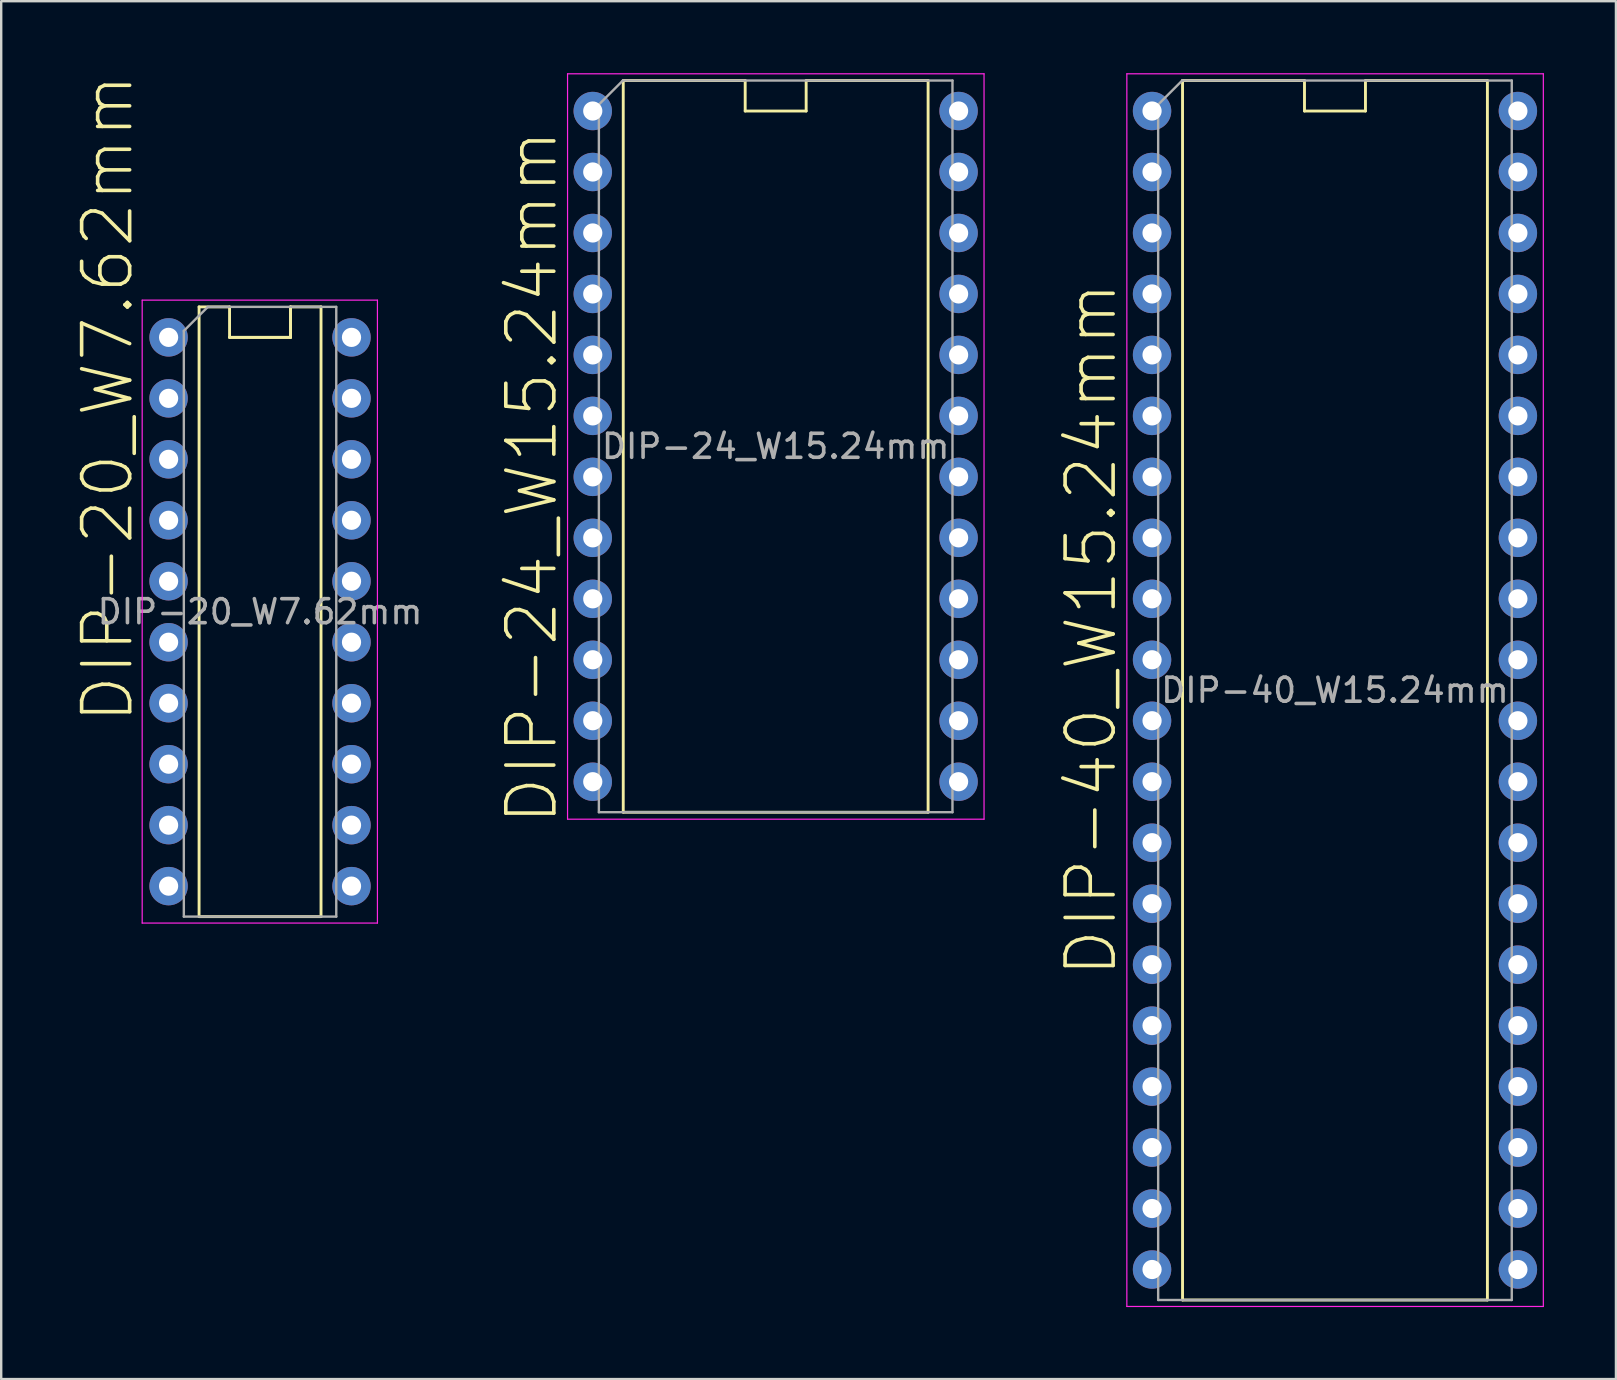
<source format=kicad_pcb>
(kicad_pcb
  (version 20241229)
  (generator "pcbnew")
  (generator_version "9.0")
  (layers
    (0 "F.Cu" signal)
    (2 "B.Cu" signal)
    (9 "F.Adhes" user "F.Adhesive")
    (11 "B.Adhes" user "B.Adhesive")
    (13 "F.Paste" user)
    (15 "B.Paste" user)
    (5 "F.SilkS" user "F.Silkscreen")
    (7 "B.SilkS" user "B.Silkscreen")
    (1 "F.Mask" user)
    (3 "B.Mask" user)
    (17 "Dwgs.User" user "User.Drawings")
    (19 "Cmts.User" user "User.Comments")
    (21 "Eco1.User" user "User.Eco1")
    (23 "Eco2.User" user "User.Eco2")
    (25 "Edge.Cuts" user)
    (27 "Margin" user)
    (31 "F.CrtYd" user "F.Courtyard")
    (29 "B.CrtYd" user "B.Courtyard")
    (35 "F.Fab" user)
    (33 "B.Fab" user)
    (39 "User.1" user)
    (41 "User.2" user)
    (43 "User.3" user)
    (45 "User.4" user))
  (footprint "DIP-24_W15.24mm"
    (layer "F.Cu")
    (at 21.643 1.575)
    (property "Reference" "DIP-24_W15.24mm" (at -2.54 15.245 90) (layer "F.SilkS") (effects (font (size 2 2) (thickness 0.15))))
    (attr through_hole)
    (fp_line (start 1.27 -1.27) (end 1.27 29.21) (stroke (width 0.12) (type solid)) (layer "F.SilkS"))
    (fp_line (start 1.27 29.21) (end 13.97 29.21) (stroke (width 0.12) (type solid)) (layer "F.SilkS"))
    (fp_line (start 6.35 -1.27) (end 1.27 -1.27) (stroke (width 0.12) (type solid)) (layer "F.SilkS"))
    (fp_line (start 6.35 0) (end 6.35 -1.27) (stroke (width 0.12) (type solid)) (layer "F.SilkS"))
    (fp_line (start 8.89 -1.27) (end 8.89 0) (stroke (width 0.12) (type solid)) (layer "F.SilkS"))
    (fp_line (start 8.89 -1.27) (end 13.97 -1.27) (stroke (width 0.12) (type solid)) (layer "F.SilkS"))
    (fp_line (start 8.89 0) (end 6.35 0) (stroke (width 0.12) (type solid)) (layer "F.SilkS"))
    (fp_line (start 13.97 29.21) (end 13.97 -1.27) (stroke (width 0.12) (type solid)) (layer "F.SilkS"))
    (fp_line (start -1.05 -1.55) (end -1.05 29.5) (stroke (width 0.05) (type solid)) (layer "F.CrtYd"))
    (fp_line (start -1.05 29.5) (end 16.3 29.5) (stroke (width 0.05) (type solid)) (layer "F.CrtYd"))
    (fp_line (start 16.3 -1.55) (end -1.05 -1.55) (stroke (width 0.05) (type solid)) (layer "F.CrtYd"))
    (fp_line (start 16.3 29.5) (end 16.3 -1.55) (stroke (width 0.05) (type solid)) (layer "F.CrtYd"))
    (fp_line (start 0.255 -0.27) (end 1.255 -1.27) (stroke (width 0.1) (type solid)) (layer "F.Fab"))
    (fp_line (start 0.255 29.21) (end 0.255 -0.27) (stroke (width 0.1) (type solid)) (layer "F.Fab"))
    (fp_line (start 1.255 -1.27) (end 14.985 -1.27) (stroke (width 0.1) (type solid)) (layer "F.Fab"))
    (fp_line (start 14.985 -1.27) (end 14.985 29.21) (stroke (width 0.1) (type solid)) (layer "F.Fab"))
    (fp_line (start 14.985 29.21) (end 0.255 29.21) (stroke (width 0.1) (type solid)) (layer "F.Fab"))
    (fp_text user "${REFERENCE}" (at 7.62 13.97 0) (layer "F.Fab") (effects (font (size 1 1) (thickness 0.15))))
    (pad "1" thru_hole circle (at 0 0) (size 1.6 1.6) (drill 0.8) (layers "*.Cu" "*.Mask"))
    (pad "2" thru_hole oval (at 0 2.54) (size 1.6 1.6) (drill 0.8) (layers "*.Cu" "*.Mask"))
    (pad "3" thru_hole oval (at 0 5.08) (size 1.6 1.6) (drill 0.8) (layers "*.Cu" "*.Mask"))
    (pad "4" thru_hole oval (at 0 7.62) (size 1.6 1.6) (drill 0.8) (layers "*.Cu" "*.Mask"))
    (pad "5" thru_hole oval (at 0 10.16) (size 1.6 1.6) (drill 0.8) (layers "*.Cu" "*.Mask"))
    (pad "6" thru_hole oval (at 0 12.7) (size 1.6 1.6) (drill 0.8) (layers "*.Cu" "*.Mask"))
    (pad "7" thru_hole oval (at 0 15.24) (size 1.6 1.6) (drill 0.8) (layers "*.Cu" "*.Mask"))
    (pad "8" thru_hole oval (at 0 17.78) (size 1.6 1.6) (drill 0.8) (layers "*.Cu" "*.Mask"))
    (pad "9" thru_hole oval (at 0 20.32) (size 1.6 1.6) (drill 0.8) (layers "*.Cu" "*.Mask"))
    (pad "10" thru_hole oval (at 0 22.86) (size 1.6 1.6) (drill 0.8) (layers "*.Cu" "*.Mask"))
    (pad "11" thru_hole oval (at 0 25.4) (size 1.6 1.6) (drill 0.8) (layers "*.Cu" "*.Mask"))
    (pad "12" thru_hole oval (at 0 27.94) (size 1.6 1.6) (drill 0.8) (layers "*.Cu" "*.Mask"))
    (pad "13" thru_hole oval (at 15.24 27.94) (size 1.6 1.6) (drill 0.8) (layers "*.Cu" "*.Mask"))
    (pad "14" thru_hole oval (at 15.24 25.4) (size 1.6 1.6) (drill 0.8) (layers "*.Cu" "*.Mask"))
    (pad "15" thru_hole oval (at 15.24 22.86) (size 1.6 1.6) (drill 0.8) (layers "*.Cu" "*.Mask"))
    (pad "16" thru_hole oval (at 15.24 20.32) (size 1.6 1.6) (drill 0.8) (layers "*.Cu" "*.Mask"))
    (pad "17" thru_hole oval (at 15.24 17.78) (size 1.6 1.6) (drill 0.8) (layers "*.Cu" "*.Mask"))
    (pad "18" thru_hole oval (at 15.24 15.24) (size 1.6 1.6) (drill 0.8) (layers "*.Cu" "*.Mask"))
    (pad "19" thru_hole oval (at 15.24 12.7) (size 1.6 1.6) (drill 0.8) (layers "*.Cu" "*.Mask"))
    (pad "20" thru_hole oval (at 15.24 10.16) (size 1.6 1.6) (drill 0.8) (layers "*.Cu" "*.Mask"))
    (pad "21" thru_hole oval (at 15.24 7.62) (size 1.6 1.6) (drill 0.8) (layers "*.Cu" "*.Mask"))
    (pad "22" thru_hole oval (at 15.24 5.08) (size 1.6 1.6) (drill 0.8) (layers "*.Cu" "*.Mask"))
    (pad "23" thru_hole oval (at 15.24 2.54) (size 1.6 1.6) (drill 0.8) (layers "*.Cu" "*.Mask"))
    (pad "24" thru_hole oval (at 15.24 0) (size 1.6 1.6) (drill 0.8) (layers "*.Cu" "*.Mask")))
  (footprint "DIP-40_W15.24mm"
    (layer "F.Cu")
    (at 44.942 1.575)
    (property "Reference" "DIP-40_W15.24mm" (at -2.54 21.595 90) (unlocked yes) (layer "F.SilkS") (effects (font (size 2 2) (thickness 0.15))))
    (attr through_hole)
    (fp_line (start 1.27 -1.27) (end 1.27 49.53) (stroke (width 0.12) (type solid)) (layer "F.SilkS"))
    (fp_line (start 1.27 49.53) (end 13.97 49.53) (stroke (width 0.12) (type solid)) (layer "F.SilkS"))
    (fp_line (start 6.35 -1.27) (end 1.27 -1.27) (stroke (width 0.12) (type solid)) (layer "F.SilkS"))
    (fp_line (start 6.35 0) (end 6.35 -1.27) (stroke (width 0.12) (type solid)) (layer "F.SilkS"))
    (fp_line (start 8.89 -1.27) (end 8.89 0) (stroke (width 0.12) (type solid)) (layer "F.SilkS"))
    (fp_line (start 8.89 0) (end 6.35 0) (stroke (width 0.12) (type solid)) (layer "F.SilkS"))
    (fp_line (start 13.97 -1.27) (end 8.89 -1.27) (stroke (width 0.12) (type solid)) (layer "F.SilkS"))
    (fp_line (start 13.97 49.53) (end 13.97 -1.27) (stroke (width 0.12) (type solid)) (layer "F.SilkS"))
    (fp_line (start -1.05 -1.55) (end -1.05 49.8) (stroke (width 0.05) (type solid)) (layer "F.CrtYd"))
    (fp_line (start -1.05 49.8) (end 16.3 49.8) (stroke (width 0.05) (type solid)) (layer "F.CrtYd"))
    (fp_line (start 16.3 -1.55) (end -1.05 -1.55) (stroke (width 0.05) (type solid)) (layer "F.CrtYd"))
    (fp_line (start 16.3 49.8) (end 16.3 -1.55) (stroke (width 0.05) (type solid)) (layer "F.CrtYd"))
    (fp_line (start 0.255 -0.27) (end 1.255 -1.27) (stroke (width 0.1) (type solid)) (layer "F.Fab"))
    (fp_line (start 0.255 49.53) (end 0.255 -0.27) (stroke (width 0.1) (type solid)) (layer "F.Fab"))
    (fp_line (start 1.255 -1.27) (end 14.985 -1.27) (stroke (width 0.1) (type solid)) (layer "F.Fab"))
    (fp_line (start 14.985 -1.27) (end 14.985 49.53) (stroke (width 0.1) (type solid)) (layer "F.Fab"))
    (fp_line (start 14.985 49.53) (end 0.255 49.53) (stroke (width 0.1) (type solid)) (layer "F.Fab"))
    (fp_text user "${REFERENCE}" (at 7.62 24.13 0) (layer "F.Fab") (effects (font (size 1 1) (thickness 0.15))))
    (pad "1" thru_hole circle (at 0 0) (size 1.6 1.6) (drill 0.8) (layers "*.Cu" "*.Mask"))
    (pad "2" thru_hole oval (at 0 2.54) (size 1.6 1.6) (drill 0.8) (layers "*.Cu" "*.Mask"))
    (pad "3" thru_hole oval (at 0 5.08) (size 1.6 1.6) (drill 0.8) (layers "*.Cu" "*.Mask"))
    (pad "4" thru_hole oval (at 0 7.62) (size 1.6 1.6) (drill 0.8) (layers "*.Cu" "*.Mask"))
    (pad "5" thru_hole oval (at 0 10.16) (size 1.6 1.6) (drill 0.8) (layers "*.Cu" "*.Mask"))
    (pad "6" thru_hole oval (at 0 12.7) (size 1.6 1.6) (drill 0.8) (layers "*.Cu" "*.Mask"))
    (pad "7" thru_hole oval (at 0 15.24) (size 1.6 1.6) (drill 0.8) (layers "*.Cu" "*.Mask"))
    (pad "8" thru_hole oval (at 0 17.78) (size 1.6 1.6) (drill 0.8) (layers "*.Cu" "*.Mask"))
    (pad "9" thru_hole oval (at 0 20.32) (size 1.6 1.6) (drill 0.8) (layers "*.Cu" "*.Mask"))
    (pad "10" thru_hole oval (at 0 22.86) (size 1.6 1.6) (drill 0.8) (layers "*.Cu" "*.Mask"))
    (pad "11" thru_hole oval (at 0 25.4) (size 1.6 1.6) (drill 0.8) (layers "*.Cu" "*.Mask"))
    (pad "12" thru_hole oval (at 0 27.94) (size 1.6 1.6) (drill 0.8) (layers "*.Cu" "*.Mask"))
    (pad "13" thru_hole oval (at 0 30.48) (size 1.6 1.6) (drill 0.8) (layers "*.Cu" "*.Mask"))
    (pad "14" thru_hole oval (at 0 33.02) (size 1.6 1.6) (drill 0.8) (layers "*.Cu" "*.Mask"))
    (pad "15" thru_hole oval (at 0 35.56) (size 1.6 1.6) (drill 0.8) (layers "*.Cu" "*.Mask"))
    (pad "16" thru_hole oval (at 0 38.1) (size 1.6 1.6) (drill 0.8) (layers "*.Cu" "*.Mask"))
    (pad "17" thru_hole oval (at 0 40.64) (size 1.6 1.6) (drill 0.8) (layers "*.Cu" "*.Mask"))
    (pad "18" thru_hole oval (at 0 43.18) (size 1.6 1.6) (drill 0.8) (layers "*.Cu" "*.Mask"))
    (pad "19" thru_hole oval (at 0 45.72) (size 1.6 1.6) (drill 0.8) (layers "*.Cu" "*.Mask"))
    (pad "20" thru_hole oval (at 0 48.26) (size 1.6 1.6) (drill 0.8) (layers "*.Cu" "*.Mask"))
    (pad "21" thru_hole oval (at 15.24 48.26) (size 1.6 1.6) (drill 0.8) (layers "*.Cu" "*.Mask"))
    (pad "22" thru_hole oval (at 15.24 45.72) (size 1.6 1.6) (drill 0.8) (layers "*.Cu" "*.Mask"))
    (pad "23" thru_hole oval (at 15.24 43.18) (size 1.6 1.6) (drill 0.8) (layers "*.Cu" "*.Mask"))
    (pad "24" thru_hole oval (at 15.24 40.64) (size 1.6 1.6) (drill 0.8) (layers "*.Cu" "*.Mask"))
    (pad "25" thru_hole oval (at 15.24 38.1) (size 1.6 1.6) (drill 0.8) (layers "*.Cu" "*.Mask"))
    (pad "26" thru_hole oval (at 15.24 35.56) (size 1.6 1.6) (drill 0.8) (layers "*.Cu" "*.Mask"))
    (pad "27" thru_hole oval (at 15.24 33.02) (size 1.6 1.6) (drill 0.8) (layers "*.Cu" "*.Mask"))
    (pad "28" thru_hole oval (at 15.24 30.48) (size 1.6 1.6) (drill 0.8) (layers "*.Cu" "*.Mask"))
    (pad "29" thru_hole oval (at 15.24 27.94) (size 1.6 1.6) (drill 0.8) (layers "*.Cu" "*.Mask"))
    (pad "30" thru_hole oval (at 15.24 25.4) (size 1.6 1.6) (drill 0.8) (layers "*.Cu" "*.Mask"))
    (pad "31" thru_hole oval (at 15.24 22.86) (size 1.6 1.6) (drill 0.8) (layers "*.Cu" "*.Mask"))
    (pad "32" thru_hole oval (at 15.24 20.32) (size 1.6 1.6) (drill 0.8) (layers "*.Cu" "*.Mask"))
    (pad "33" thru_hole oval (at 15.24 17.78) (size 1.6 1.6) (drill 0.8) (layers "*.Cu" "*.Mask"))
    (pad "34" thru_hole oval (at 15.24 15.24) (size 1.6 1.6) (drill 0.8) (layers "*.Cu" "*.Mask"))
    (pad "35" thru_hole oval (at 15.24 12.7) (size 1.6 1.6) (drill 0.8) (layers "*.Cu" "*.Mask"))
    (pad "36" thru_hole oval (at 15.24 10.16) (size 1.6 1.6) (drill 0.8) (layers "*.Cu" "*.Mask"))
    (pad "37" thru_hole oval (at 15.24 7.62) (size 1.6 1.6) (drill 0.8) (layers "*.Cu" "*.Mask"))
    (pad "38" thru_hole oval (at 15.24 5.08) (size 1.6 1.6) (drill 0.8) (layers "*.Cu" "*.Mask"))
    (pad "39" thru_hole oval (at 15.24 2.54) (size 1.6 1.6) (drill 0.8) (layers "*.Cu" "*.Mask"))
    (pad "40" thru_hole oval (at 15.24 0) (size 1.6 1.6) (drill 0.8) (layers "*.Cu" "*.Mask")))
  (footprint "DIP-20_W7.62mm"
    (layer "F.Cu")
    (at 3.973 11.004)
    (property "Reference" "DIP-20_W7.62mm" (at -2.54 2.545 90) (layer "F.SilkS") (effects (font (size 2 2) (thickness 0.15))))
    (attr through_hole)
    (fp_line (start 1.27 -1.27) (end 1.27 24.13) (stroke (width 0.12) (type solid)) (layer "F.SilkS"))
    (fp_line (start 1.27 24.13) (end 6.35 24.13) (stroke (width 0.12) (type solid)) (layer "F.SilkS"))
    (fp_line (start 2.54 -1.27) (end 1.27 -1.27) (stroke (width 0.12) (type solid)) (layer "F.SilkS"))
    (fp_line (start 2.54 0) (end 2.54 -1.27) (stroke (width 0.12) (type solid)) (layer "F.SilkS"))
    (fp_line (start 5.08 -1.27) (end 5.08 0) (stroke (width 0.12) (type solid)) (layer "F.SilkS"))
    (fp_line (start 5.08 0) (end 2.54 0) (stroke (width 0.12) (type solid)) (layer "F.SilkS"))
    (fp_line (start 5.08 0) (end 2.54 0) (stroke (width 0.12) (type solid)) (layer "F.SilkS"))
    (fp_line (start 5.08 0) (end 5.08 -1.27) (stroke (width 0.12) (type solid)) (layer "F.SilkS"))
    (fp_line (start 6.35 -1.27) (end 5.08 -1.27) (stroke (width 0.12) (type solid)) (layer "F.SilkS"))
    (fp_line (start 6.35 24.13) (end 6.35 -1.27) (stroke (width 0.12) (type solid)) (layer "F.SilkS"))
    (fp_line (start -1.1 -1.55) (end -1.1 24.4) (stroke (width 0.05) (type solid)) (layer "F.CrtYd"))
    (fp_line (start -1.1 24.4) (end 8.7 24.4) (stroke (width 0.05) (type solid)) (layer "F.CrtYd"))
    (fp_line (start 8.7 -1.55) (end -1.1 -1.55) (stroke (width 0.05) (type solid)) (layer "F.CrtYd"))
    (fp_line (start 8.7 24.4) (end 8.7 -1.55) (stroke (width 0.05) (type solid)) (layer "F.CrtYd"))
    (fp_line (start 0.635 -0.27) (end 1.635 -1.27) (stroke (width 0.1) (type solid)) (layer "F.Fab"))
    (fp_line (start 0.635 24.13) (end 0.635 -0.27) (stroke (width 0.1) (type solid)) (layer "F.Fab"))
    (fp_line (start 1.635 -1.27) (end 6.985 -1.27) (stroke (width 0.1) (type solid)) (layer "F.Fab"))
    (fp_line (start 6.985 -1.27) (end 6.985 24.13) (stroke (width 0.1) (type solid)) (layer "F.Fab"))
    (fp_line (start 6.985 24.13) (end 0.635 24.13) (stroke (width 0.1) (type solid)) (layer "F.Fab"))
    (fp_text user "${REFERENCE}" (at 3.81 11.43 0) (layer "F.Fab") (effects (font (size 1 1) (thickness 0.15))))
    (pad "1" thru_hole circle (at 0 0) (size 1.6 1.6) (drill 0.8) (layers "*.Cu" "*.Mask"))
    (pad "2" thru_hole oval (at 0 2.54) (size 1.6 1.6) (drill 0.8) (layers "*.Cu" "*.Mask"))
    (pad "3" thru_hole oval (at 0 5.08) (size 1.6 1.6) (drill 0.8) (layers "*.Cu" "*.Mask"))
    (pad "4" thru_hole oval (at 0 7.62) (size 1.6 1.6) (drill 0.8) (layers "*.Cu" "*.Mask"))
    (pad "5" thru_hole oval (at 0 10.16) (size 1.6 1.6) (drill 0.8) (layers "*.Cu" "*.Mask"))
    (pad "6" thru_hole oval (at 0 12.7) (size 1.6 1.6) (drill 0.8) (layers "*.Cu" "*.Mask"))
    (pad "7" thru_hole oval (at 0 15.24) (size 1.6 1.6) (drill 0.8) (layers "*.Cu" "*.Mask"))
    (pad "8" thru_hole oval (at 0 17.78) (size 1.6 1.6) (drill 0.8) (layers "*.Cu" "*.Mask"))
    (pad "9" thru_hole oval (at 0 20.32) (size 1.6 1.6) (drill 0.8) (layers "*.Cu" "*.Mask"))
    (pad "10" thru_hole oval (at 0 22.86) (size 1.6 1.6) (drill 0.8) (layers "*.Cu" "*.Mask"))
    (pad "11" thru_hole oval (at 7.62 22.86) (size 1.6 1.6) (drill 0.8) (layers "*.Cu" "*.Mask"))
    (pad "12" thru_hole oval (at 7.62 20.32) (size 1.6 1.6) (drill 0.8) (layers "*.Cu" "*.Mask"))
    (pad "13" thru_hole oval (at 7.62 17.78) (size 1.6 1.6) (drill 0.8) (layers "*.Cu" "*.Mask"))
    (pad "14" thru_hole oval (at 7.62 15.24) (size 1.6 1.6) (drill 0.8) (layers "*.Cu" "*.Mask"))
    (pad "15" thru_hole oval (at 7.62 12.7) (size 1.6 1.6) (drill 0.8) (layers "*.Cu" "*.Mask"))
    (pad "16" thru_hole oval (at 7.62 10.16) (size 1.6 1.6) (drill 0.8) (layers "*.Cu" "*.Mask"))
    (pad "17" thru_hole oval (at 7.62 7.62) (size 1.6 1.6) (drill 0.8) (layers "*.Cu" "*.Mask"))
    (pad "18" thru_hole oval (at 7.62 5.08) (size 1.6 1.6) (drill 0.8) (layers "*.Cu" "*.Mask"))
    (pad "19" thru_hole oval (at 7.62 2.54) (size 1.6 1.6) (drill 0.8) (layers "*.Cu" "*.Mask"))
    (pad "20" thru_hole oval (at 7.62 0) (size 1.6 1.6) (drill 0.8) (layers "*.Cu" "*.Mask")))
  (gr_rect
    (start -3 -3)
    (end 64.267 54.4)
    (stroke (width 0.1) (type default))
    (fill no)
    (layer "Edge.Cuts")))
</source>
